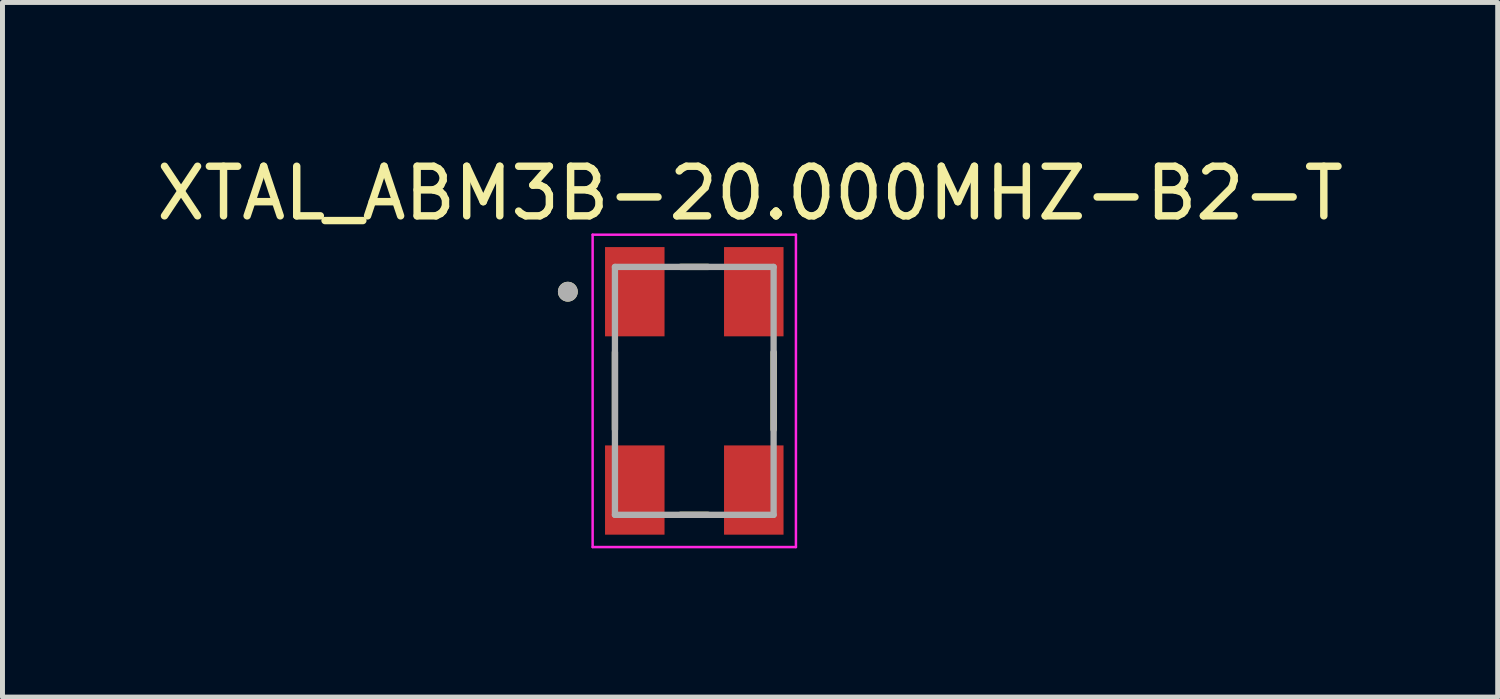
<source format=kicad_pcb>
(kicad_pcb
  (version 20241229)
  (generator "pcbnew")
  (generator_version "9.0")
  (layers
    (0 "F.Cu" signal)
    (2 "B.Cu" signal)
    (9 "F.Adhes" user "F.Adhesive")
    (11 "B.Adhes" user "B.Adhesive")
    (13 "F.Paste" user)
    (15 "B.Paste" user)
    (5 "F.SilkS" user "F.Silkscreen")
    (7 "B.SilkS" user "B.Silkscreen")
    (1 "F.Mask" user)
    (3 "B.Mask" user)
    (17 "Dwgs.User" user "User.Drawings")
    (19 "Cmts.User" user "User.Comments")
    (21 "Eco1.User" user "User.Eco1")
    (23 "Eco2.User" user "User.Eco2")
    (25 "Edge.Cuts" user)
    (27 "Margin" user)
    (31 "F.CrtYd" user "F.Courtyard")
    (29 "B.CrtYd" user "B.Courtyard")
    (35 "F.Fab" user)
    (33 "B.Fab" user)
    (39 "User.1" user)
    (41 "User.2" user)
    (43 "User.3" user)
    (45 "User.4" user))
  (footprint "XTAL_ABM3B-20.000MHZ-B2-T"
    (layer "F.Cu")
    (at 10.952 4.833)
    (property "Reference" "XTAL_ABM3B-20.000MHZ-B2-T" (at 1.125 -3.985 0) (layer "F.SilkS") (effects (font (size 1 1) (thickness 0.15))))
    (attr smd)
    (fp_line (start -1.6 -0.78) (end -1.6 0.78) (stroke (width 0.127) (type solid)) (layer "F.SilkS"))
    (fp_line (start -0.28 -2.5) (end 0.28 -2.5) (stroke (width 0.127) (type solid)) (layer "F.SilkS"))
    (fp_line (start -0.28 2.5) (end 0.28 2.5) (stroke (width 0.127) (type solid)) (layer "F.SilkS"))
    (fp_line (start 1.6 -0.78) (end 1.6 0.78) (stroke (width 0.127) (type solid)) (layer "F.SilkS"))
    (fp_circle (center -2.55 -2) (end -2.45 -2) (stroke (width 0.2) (type solid)) (fill no) (layer "F.SilkS"))
    (fp_line (start -2.05 -3.15) (end -2.05 3.15) (stroke (width 0.05) (type solid)) (layer "F.CrtYd"))
    (fp_line (start -2.05 -3.15) (end 2.05 -3.15) (stroke (width 0.05) (type solid)) (layer "F.CrtYd"))
    (fp_line (start 2.05 -3.15) (end 2.05 3.15) (stroke (width 0.05) (type solid)) (layer "F.CrtYd"))
    (fp_line (start 2.05 3.15) (end -2.05 3.15) (stroke (width 0.05) (type solid)) (layer "F.CrtYd"))
    (fp_line (start -1.6 -2.5) (end -1.6 2.5) (stroke (width 0.127) (type solid)) (layer "F.Fab"))
    (fp_line (start -1.6 -2.5) (end 1.6 -2.5) (stroke (width 0.127) (type solid)) (layer "F.Fab"))
    (fp_line (start 1.6 -2.5) (end 1.6 2.5) (stroke (width 0.127) (type solid)) (layer "F.Fab"))
    (fp_line (start 1.6 2.5) (end -1.6 2.5) (stroke (width 0.127) (type solid)) (layer "F.Fab"))
    (fp_circle (center -2.55 -2) (end -2.45 -2) (stroke (width 0.2) (type solid)) (fill no) (layer "F.Fab"))
    (pad "1" smd rect (at -1.2 -2) (size 1.2 1.8) (layers "F.Cu" "F.Mask" "F.Paste"))
    (pad "2" smd rect (at -1.2 2) (size 1.2 1.8) (layers "F.Cu" "F.Mask" "F.Paste"))
    (pad "3" smd rect (at 1.2 2) (size 1.2 1.8) (layers "F.Cu" "F.Mask" "F.Paste"))
    (pad "4" smd rect (at 1.2 -2) (size 1.2 1.8) (layers "F.Cu" "F.Mask" "F.Paste")))
  (gr_rect
    (start -3 -3)
    (end 27.155 11.008)
    (stroke (width 0.1) (type default))
    (fill no)
    (layer "Edge.Cuts")))
</source>
